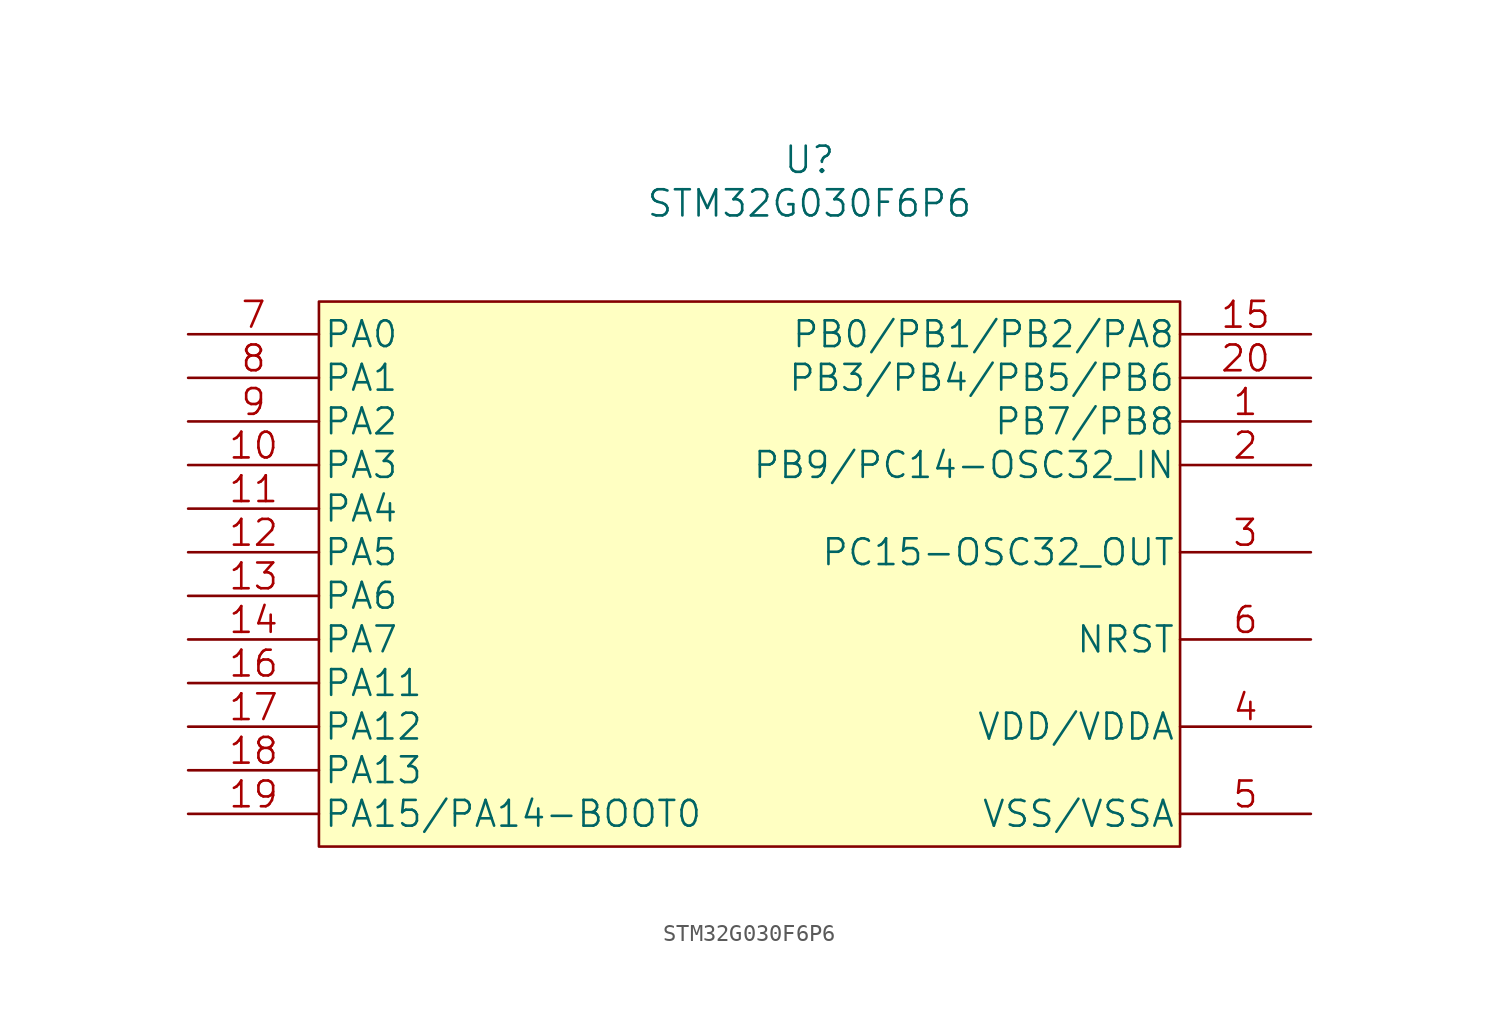
<source format=kicad_sym>
(kicad_symbol_lib
  (version 20211014)
  (generator kicad_symbol_editor)
  (symbol "STM32G030F6P6"
    (pin_names
      (offset 0.254))
    (property "Reference" "U"
      (at 49.53 6.35 0)
      (effects (font (size 1.524 1.524))))
    (property "Value" "STM32G030F6P6"
      (at 49.53 3.81 0)
      (effects (font (size 1.524 1.524))))
    (property "Datasheet" ""
      (at 13.335 -3.81 0)
      (effects (font (size 1.524 1.524))))
    (property "ki_locked" ""
      (at 0 0 0)
      (effects (font (size 1.27 1.27))))
    (symbol "STM32G030F6P6_1_1"
      (rectangle (start 20.955 -1.905) (end 71.12 -33.655) (stroke (width 0) (type default) (color 0 0 0 0)) (fill (type background)))
      (pin bidirectional line (at 78.74 -8.89 180) (length 7.62) (name "PB7/PB8" (effects (font (size 1.499 1.499)))) (number "1" (effects (font (size 1.499 1.499)))))
      (pin bidirectional line (at 13.335 -11.43 0) (length 7.62) (name "PA3" (effects (font (size 1.499 1.499)))) (number "10" (effects (font (size 1.499 1.499)))))
      (pin bidirectional line (at 13.335 -13.97 0) (length 7.62) (name "PA4" (effects (font (size 1.499 1.499)))) (number "11" (effects (font (size 1.499 1.499)))))
      (pin bidirectional line (at 13.335 -16.51 0) (length 7.62) (name "PA5" (effects (font (size 1.499 1.499)))) (number "12" (effects (font (size 1.499 1.499)))))
      (pin bidirectional line (at 13.335 -19.05 0) (length 7.62) (name "PA6" (effects (font (size 1.499 1.499)))) (number "13" (effects (font (size 1.499 1.499)))))
      (pin bidirectional line (at 13.335 -21.59 0) (length 7.62) (name "PA7" (effects (font (size 1.499 1.499)))) (number "14" (effects (font (size 1.499 1.499)))))
      (pin bidirectional line (at 78.74 -3.81 180) (length 7.62) (name "PB0/PB1/PB2/PA8" (effects (font (size 1.499 1.499)))) (number "15" (effects (font (size 1.499 1.499)))))
      (pin bidirectional line (at 13.335 -24.13 0) (length 7.62) (name "PA11" (effects (font (size 1.499 1.499)))) (number "16" (effects (font (size 1.499 1.499)))))
      (pin bidirectional line (at 13.335 -26.67 0) (length 7.62) (name "PA12" (effects (font (size 1.499 1.499)))) (number "17" (effects (font (size 1.499 1.499)))))
      (pin bidirectional line (at 13.335 -29.21 0) (length 7.62) (name "PA13" (effects (font (size 1.499 1.499)))) (number "18" (effects (font (size 1.499 1.499)))))
      (pin bidirectional line (at 13.335 -31.75 0) (length 7.62) (name "PA15/PA14-BOOT0" (effects (font (size 1.499 1.499)))) (number "19" (effects (font (size 1.499 1.499)))))
      (pin bidirectional line (at 78.74 -11.43 180) (length 7.62) (name "PB9/PC14-OSC32_IN" (effects (font (size 1.499 1.499)))) (number "2" (effects (font (size 1.499 1.499)))))
      (pin bidirectional line (at 78.74 -6.35 180) (length 7.62) (name "PB3/PB4/PB5/PB6" (effects (font (size 1.499 1.499)))) (number "20" (effects (font (size 1.499 1.499)))))
      (pin bidirectional line (at 78.74 -16.51 180) (length 7.62) (name "PC15-OSC32_OUT" (effects (font (size 1.499 1.499)))) (number "3" (effects (font (size 1.499 1.499)))))
      (pin power_in line (at 78.74 -26.67 180) (length 7.62) (name "VDD/VDDA" (effects (font (size 1.499 1.499)))) (number "4" (effects (font (size 1.499 1.499)))))
      (pin power_in line (at 78.74 -31.75 180) (length 7.62) (name "VSS/VSSA" (effects (font (size 1.499 1.499)))) (number "5" (effects (font (size 1.499 1.499)))))
      (pin bidirectional line (at 78.74 -21.59 180) (length 7.62) (name "NRST" (effects (font (size 1.499 1.499)))) (number "6" (effects (font (size 1.499 1.499)))))
      (pin bidirectional line (at 13.335 -3.81 0) (length 7.62) (name "PA0" (effects (font (size 1.499 1.499)))) (number "7" (effects (font (size 1.499 1.499)))))
      (pin bidirectional line (at 13.335 -6.35 0) (length 7.62) (name "PA1" (effects (font (size 1.499 1.499)))) (number "8" (effects (font (size 1.499 1.499)))))
      (pin bidirectional line (at 13.335 -8.89 0) (length 7.62) (name "PA2" (effects (font (size 1.499 1.499)))) (number "9" (effects (font (size 1.499 1.499))))))))
</source>
